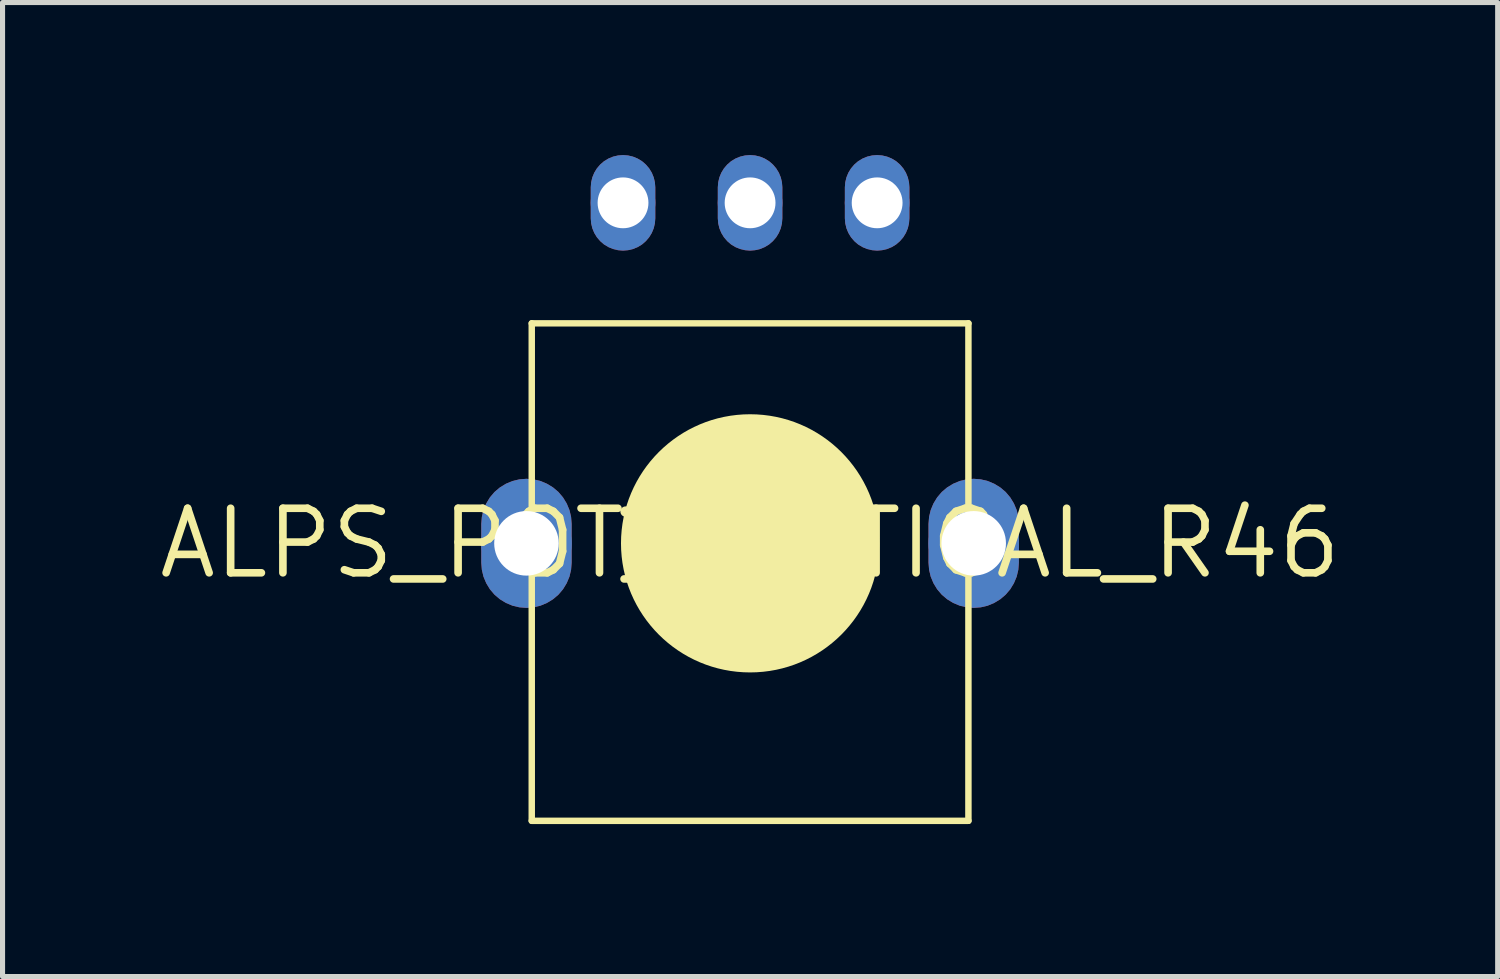
<source format=kicad_pcb>
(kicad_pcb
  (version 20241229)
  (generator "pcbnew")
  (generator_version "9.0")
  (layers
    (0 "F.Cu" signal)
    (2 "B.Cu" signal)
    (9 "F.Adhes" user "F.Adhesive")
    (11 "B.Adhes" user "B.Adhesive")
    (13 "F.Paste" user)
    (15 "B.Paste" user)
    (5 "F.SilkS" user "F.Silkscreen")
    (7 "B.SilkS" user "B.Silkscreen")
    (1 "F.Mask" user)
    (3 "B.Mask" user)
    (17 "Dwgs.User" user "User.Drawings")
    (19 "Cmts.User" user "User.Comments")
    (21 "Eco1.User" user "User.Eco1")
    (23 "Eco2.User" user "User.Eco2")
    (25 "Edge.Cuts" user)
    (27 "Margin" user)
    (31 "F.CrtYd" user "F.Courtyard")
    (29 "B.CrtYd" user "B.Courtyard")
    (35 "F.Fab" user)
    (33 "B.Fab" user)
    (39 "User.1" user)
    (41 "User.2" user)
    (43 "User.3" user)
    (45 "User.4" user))
  (footprint "ALPS_POT_VERTICAL_R46"
    (layer "F.Cu")
    (at 11.709 7.641)
    (property "Reference" "ALPS_POT_VERTICAL_R46" (at 0 0 0) (layer "F.SilkS") (effects (font (size 1.27 1.27) (thickness 0.15))))
    (fp_poly (pts (xy -4.261 -1.259) (xy -4.126 -1.227) (xy -3.997 -1.173) (xy -3.877 -1.1) (xy -3.771 -1.01) (xy -3.681 -0.904) (xy -3.608 -0.784) (xy -3.554 -0.655) (xy -3.522 -0.52) (xy -3.511 -0.381) (xy -3.511 0.381) (xy -3.522 0.52) (xy -3.554 0.655) (xy -3.608 0.784) (xy -3.681 0.904) (xy -3.771 1.01) (xy -3.877 1.1) (xy -3.997 1.173) (xy -4.126 1.227) (xy -4.261 1.259) (xy -4.4 1.27) (xy -4.539 1.259) (xy -4.674 1.227) (xy -4.803 1.173) (xy -4.923 1.1) (xy -5.029 1.01) (xy -5.119 0.904) (xy -5.192 0.784) (xy -5.246 0.655) (xy -5.278 0.52) (xy -5.289 0.381) (xy -5.289 -0.381) (xy -5.278 -0.52) (xy -5.246 -0.655) (xy -5.192 -0.784) (xy -5.119 -0.904) (xy -5.029 -1.01) (xy -4.923 -1.1) (xy -4.803 -1.173) (xy -4.674 -1.227) (xy -4.539 -1.259) (xy -4.4 -1.27)) (stroke (width 0) (type default)) (fill yes) (layer "F.Cu"))
    (fp_poly (pts (xy -2.401 -7.632) (xy -2.304 -7.609) (xy -2.212 -7.571) (xy -2.126 -7.519) (xy -2.051 -7.454) (xy -1.986 -7.378) (xy -1.934 -7.293) (xy -1.896 -7.201) (xy -1.873 -7.104) (xy -1.865 -7.005) (xy -1.865 -6.395) (xy -1.873 -6.296) (xy -1.896 -6.199) (xy -1.934 -6.107) (xy -1.986 -6.022) (xy -2.051 -5.946) (xy -2.126 -5.881) (xy -2.212 -5.829) (xy -2.304 -5.791) (xy -2.401 -5.768) (xy -2.5 -5.76) (xy -2.599 -5.768) (xy -2.696 -5.791) (xy -2.788 -5.829) (xy -2.874 -5.881) (xy -2.949 -5.946) (xy -3.014 -6.022) (xy -3.066 -6.107) (xy -3.104 -6.199) (xy -3.127 -6.296) (xy -3.135 -6.395) (xy -3.135 -7.005) (xy -3.127 -7.104) (xy -3.104 -7.201) (xy -3.066 -7.293) (xy -3.014 -7.378) (xy -2.949 -7.454) (xy -2.874 -7.519) (xy -2.788 -7.571) (xy -2.696 -7.609) (xy -2.599 -7.632) (xy -2.5 -7.64)) (stroke (width 0) (type default)) (fill yes) (layer "F.Cu"))
    (fp_poly (pts (xy 0.099 -7.632) (xy 0.196 -7.609) (xy 0.288 -7.571) (xy 0.374 -7.519) (xy 0.449 -7.454) (xy 0.514 -7.378) (xy 0.566 -7.293) (xy 0.604 -7.201) (xy 0.627 -7.104) (xy 0.635 -7.005) (xy 0.635 -6.395) (xy 0.627 -6.296) (xy 0.604 -6.199) (xy 0.566 -6.107) (xy 0.514 -6.022) (xy 0.449 -5.946) (xy 0.374 -5.881) (xy 0.288 -5.829) (xy 0.196 -5.791) (xy 0.099 -5.768) (xy 0 -5.76) (xy -0.099 -5.768) (xy -0.196 -5.791) (xy -0.288 -5.829) (xy -0.374 -5.881) (xy -0.449 -5.946) (xy -0.514 -6.022) (xy -0.566 -6.107) (xy -0.604 -6.199) (xy -0.627 -6.296) (xy -0.635 -6.395) (xy -0.635 -7.005) (xy -0.627 -7.104) (xy -0.604 -7.201) (xy -0.566 -7.293) (xy -0.514 -7.378) (xy -0.449 -7.454) (xy -0.374 -7.519) (xy -0.288 -7.571) (xy -0.196 -7.609) (xy -0.099 -7.632) (xy 0 -7.64)) (stroke (width 0) (type default)) (fill yes) (layer "F.Cu"))
    (fp_poly (pts (xy 2.599 -7.632) (xy 2.696 -7.609) (xy 2.788 -7.571) (xy 2.874 -7.519) (xy 2.949 -7.454) (xy 3.014 -7.378) (xy 3.066 -7.293) (xy 3.104 -7.201) (xy 3.127 -7.104) (xy 3.135 -7.005) (xy 3.135 -6.395) (xy 3.127 -6.296) (xy 3.104 -6.199) (xy 3.066 -6.107) (xy 3.014 -6.022) (xy 2.949 -5.946) (xy 2.874 -5.881) (xy 2.788 -5.829) (xy 2.696 -5.791) (xy 2.599 -5.768) (xy 2.5 -5.76) (xy 2.401 -5.768) (xy 2.304 -5.791) (xy 2.212 -5.829) (xy 2.126 -5.881) (xy 2.051 -5.946) (xy 1.986 -6.022) (xy 1.934 -6.107) (xy 1.896 -6.199) (xy 1.873 -6.296) (xy 1.865 -6.395) (xy 1.865 -7.005) (xy 1.873 -7.104) (xy 1.896 -7.201) (xy 1.934 -7.293) (xy 1.986 -7.378) (xy 2.051 -7.454) (xy 2.126 -7.519) (xy 2.212 -7.571) (xy 2.304 -7.609) (xy 2.401 -7.632) (xy 2.5 -7.64)) (stroke (width 0) (type default)) (fill yes) (layer "F.Cu"))
    (fp_poly (pts (xy 4.539 -1.259) (xy 4.674 -1.227) (xy 4.803 -1.173) (xy 4.923 -1.1) (xy 5.029 -1.01) (xy 5.119 -0.904) (xy 5.192 -0.784) (xy 5.246 -0.655) (xy 5.278 -0.52) (xy 5.289 -0.381) (xy 5.289 0.381) (xy 5.278 0.52) (xy 5.246 0.655) (xy 5.192 0.784) (xy 5.119 0.904) (xy 5.029 1.01) (xy 4.923 1.1) (xy 4.803 1.173) (xy 4.674 1.227) (xy 4.539 1.259) (xy 4.4 1.27) (xy 4.261 1.259) (xy 4.126 1.227) (xy 3.997 1.173) (xy 3.877 1.1) (xy 3.771 1.01) (xy 3.681 0.904) (xy 3.608 0.784) (xy 3.554 0.655) (xy 3.522 0.52) (xy 3.511 0.381) (xy 3.511 -0.381) (xy 3.522 -0.52) (xy 3.554 -0.655) (xy 3.608 -0.784) (xy 3.681 -0.904) (xy 3.771 -1.01) (xy 3.877 -1.1) (xy 3.997 -1.173) (xy 4.126 -1.227) (xy 4.261 -1.259) (xy 4.4 -1.27)) (stroke (width 0) (type default)) (fill yes) (layer "F.Cu"))
    (fp_poly (pts (xy -4.261 -1.26) (xy -4.125 -1.227) (xy -3.996 -1.174) (xy -3.876 -1.101) (xy -3.77 -1.011) (xy -3.68 -0.905) (xy -3.607 -0.785) (xy -3.554 -0.656) (xy -3.521 -0.52) (xy -3.51 -0.381) (xy -3.51 0.381) (xy -3.521 0.52) (xy -3.554 0.656) (xy -3.607 0.785) (xy -3.68 0.905) (xy -3.77 1.011) (xy -3.876 1.101) (xy -3.996 1.174) (xy -4.125 1.227) (xy -4.261 1.26) (xy -4.4 1.271) (xy -4.539 1.26) (xy -4.675 1.227) (xy -4.804 1.174) (xy -4.924 1.101) (xy -5.03 1.011) (xy -5.12 0.905) (xy -5.193 0.785) (xy -5.246 0.656) (xy -5.279 0.52) (xy -5.29 0.381) (xy -5.29 -0.381) (xy -5.279 -0.52) (xy -5.246 -0.656) (xy -5.193 -0.785) (xy -5.12 -0.905) (xy -5.03 -1.011) (xy -4.924 -1.101) (xy -4.804 -1.174) (xy -4.675 -1.227) (xy -4.539 -1.26) (xy -4.4 -1.271)) (stroke (width 0) (type default)) (fill yes) (layer "F.Mask"))
    (fp_poly (pts (xy -2.401 -7.633) (xy -2.304 -7.61) (xy -2.212 -7.572) (xy -2.126 -7.52) (xy -2.05 -7.455) (xy -1.985 -7.379) (xy -1.933 -7.293) (xy -1.895 -7.201) (xy -1.872 -7.104) (xy -1.864 -7.005) (xy -1.864 -6.395) (xy -1.872 -6.296) (xy -1.895 -6.199) (xy -1.933 -6.107) (xy -1.985 -6.021) (xy -2.05 -5.945) (xy -2.126 -5.88) (xy -2.212 -5.828) (xy -2.304 -5.79) (xy -2.401 -5.767) (xy -2.5 -5.759) (xy -2.599 -5.767) (xy -2.696 -5.79) (xy -2.788 -5.828) (xy -2.874 -5.88) (xy -2.95 -5.945) (xy -3.015 -6.021) (xy -3.067 -6.107) (xy -3.105 -6.199) (xy -3.128 -6.296) (xy -3.136 -6.395) (xy -3.136 -7.005) (xy -3.128 -7.104) (xy -3.105 -7.201) (xy -3.067 -7.293) (xy -3.015 -7.379) (xy -2.95 -7.455) (xy -2.874 -7.52) (xy -2.788 -7.572) (xy -2.696 -7.61) (xy -2.599 -7.633) (xy -2.5 -7.641)) (stroke (width 0) (type default)) (fill yes) (layer "F.Mask"))
    (fp_poly (pts (xy 0.099 -7.633) (xy 0.196 -7.61) (xy 0.288 -7.572) (xy 0.374 -7.52) (xy 0.45 -7.455) (xy 0.515 -7.379) (xy 0.567 -7.293) (xy 0.605 -7.201) (xy 0.628 -7.104) (xy 0.636 -7.005) (xy 0.636 -6.395) (xy 0.628 -6.296) (xy 0.605 -6.199) (xy 0.567 -6.107) (xy 0.515 -6.021) (xy 0.45 -5.945) (xy 0.374 -5.88) (xy 0.288 -5.828) (xy 0.196 -5.79) (xy 0.099 -5.767) (xy 0 -5.759) (xy -0.099 -5.767) (xy -0.196 -5.79) (xy -0.288 -5.828) (xy -0.374 -5.88) (xy -0.45 -5.945) (xy -0.515 -6.021) (xy -0.567 -6.107) (xy -0.605 -6.199) (xy -0.628 -6.296) (xy -0.636 -6.395) (xy -0.636 -7.005) (xy -0.628 -7.104) (xy -0.605 -7.201) (xy -0.567 -7.293) (xy -0.515 -7.379) (xy -0.45 -7.455) (xy -0.374 -7.52) (xy -0.288 -7.572) (xy -0.196 -7.61) (xy -0.099 -7.633) (xy 0 -7.641)) (stroke (width 0) (type default)) (fill yes) (layer "F.Mask"))
    (fp_poly (pts (xy 2.599 -7.633) (xy 2.696 -7.61) (xy 2.788 -7.572) (xy 2.874 -7.52) (xy 2.95 -7.455) (xy 3.015 -7.379) (xy 3.067 -7.293) (xy 3.105 -7.201) (xy 3.128 -7.104) (xy 3.136 -7.005) (xy 3.136 -6.395) (xy 3.128 -6.296) (xy 3.105 -6.199) (xy 3.067 -6.107) (xy 3.015 -6.021) (xy 2.95 -5.945) (xy 2.874 -5.88) (xy 2.788 -5.828) (xy 2.696 -5.79) (xy 2.599 -5.767) (xy 2.5 -5.759) (xy 2.401 -5.767) (xy 2.304 -5.79) (xy 2.212 -5.828) (xy 2.126 -5.88) (xy 2.05 -5.945) (xy 1.985 -6.021) (xy 1.933 -6.107) (xy 1.895 -6.199) (xy 1.872 -6.296) (xy 1.864 -6.395) (xy 1.864 -7.005) (xy 1.872 -7.104) (xy 1.895 -7.201) (xy 1.933 -7.293) (xy 1.985 -7.379) (xy 2.05 -7.455) (xy 2.126 -7.52) (xy 2.212 -7.572) (xy 2.304 -7.61) (xy 2.401 -7.633) (xy 2.5 -7.641)) (stroke (width 0) (type default)) (fill yes) (layer "F.Mask"))
    (fp_poly (pts (xy 4.539 -1.26) (xy 4.675 -1.227) (xy 4.804 -1.174) (xy 4.924 -1.101) (xy 5.03 -1.011) (xy 5.12 -0.905) (xy 5.193 -0.785) (xy 5.246 -0.656) (xy 5.279 -0.52) (xy 5.29 -0.381) (xy 5.29 0.381) (xy 5.279 0.52) (xy 5.246 0.656) (xy 5.193 0.785) (xy 5.12 0.905) (xy 5.03 1.011) (xy 4.924 1.101) (xy 4.804 1.174) (xy 4.675 1.227) (xy 4.539 1.26) (xy 4.4 1.271) (xy 4.261 1.26) (xy 4.125 1.227) (xy 3.996 1.174) (xy 3.876 1.101) (xy 3.77 1.011) (xy 3.68 0.905) (xy 3.607 0.785) (xy 3.554 0.656) (xy 3.521 0.52) (xy 3.51 0.381) (xy 3.51 -0.381) (xy 3.521 -0.52) (xy 3.554 -0.656) (xy 3.607 -0.785) (xy 3.68 -0.905) (xy 3.77 -1.011) (xy 3.876 -1.101) (xy 3.996 -1.174) (xy 4.125 -1.227) (xy 4.261 -1.26) (xy 4.4 -1.271)) (stroke (width 0) (type default)) (fill yes) (layer "F.Mask"))
    (fp_poly (pts (xy -4.261 -1.259) (xy -4.126 -1.227) (xy -3.997 -1.173) (xy -3.877 -1.1) (xy -3.771 -1.01) (xy -3.681 -0.904) (xy -3.608 -0.784) (xy -3.554 -0.655) (xy -3.522 -0.52) (xy -3.511 -0.381) (xy -3.511 0.381) (xy -3.522 0.52) (xy -3.554 0.655) (xy -3.608 0.784) (xy -3.681 0.904) (xy -3.771 1.01) (xy -3.877 1.1) (xy -3.997 1.173) (xy -4.126 1.227) (xy -4.261 1.259) (xy -4.4 1.27) (xy -4.539 1.259) (xy -4.674 1.227) (xy -4.803 1.173) (xy -4.923 1.1) (xy -5.029 1.01) (xy -5.119 0.904) (xy -5.192 0.784) (xy -5.246 0.655) (xy -5.278 0.52) (xy -5.289 0.381) (xy -5.289 -0.381) (xy -5.278 -0.52) (xy -5.246 -0.655) (xy -5.192 -0.784) (xy -5.119 -0.904) (xy -5.029 -1.01) (xy -4.923 -1.1) (xy -4.803 -1.173) (xy -4.674 -1.227) (xy -4.539 -1.259) (xy -4.4 -1.27)) (stroke (width 0) (type default)) (fill yes) (layer "B.Cu"))
    (fp_poly (pts (xy -2.401 -7.632) (xy -2.304 -7.609) (xy -2.212 -7.571) (xy -2.126 -7.519) (xy -2.051 -7.454) (xy -1.986 -7.378) (xy -1.934 -7.293) (xy -1.896 -7.201) (xy -1.873 -7.104) (xy -1.865 -7.005) (xy -1.865 -6.395) (xy -1.873 -6.296) (xy -1.896 -6.199) (xy -1.934 -6.107) (xy -1.986 -6.022) (xy -2.051 -5.946) (xy -2.126 -5.881) (xy -2.212 -5.829) (xy -2.304 -5.791) (xy -2.401 -5.768) (xy -2.5 -5.76) (xy -2.599 -5.768) (xy -2.696 -5.791) (xy -2.788 -5.829) (xy -2.874 -5.881) (xy -2.949 -5.946) (xy -3.014 -6.022) (xy -3.066 -6.107) (xy -3.104 -6.199) (xy -3.127 -6.296) (xy -3.135 -6.395) (xy -3.135 -7.005) (xy -3.127 -7.104) (xy -3.104 -7.201) (xy -3.066 -7.293) (xy -3.014 -7.378) (xy -2.949 -7.454) (xy -2.874 -7.519) (xy -2.788 -7.571) (xy -2.696 -7.609) (xy -2.599 -7.632) (xy -2.5 -7.64)) (stroke (width 0) (type default)) (fill yes) (layer "B.Cu"))
    (fp_poly (pts (xy 0.099 -7.632) (xy 0.196 -7.609) (xy 0.288 -7.571) (xy 0.374 -7.519) (xy 0.449 -7.454) (xy 0.514 -7.378) (xy 0.566 -7.293) (xy 0.604 -7.201) (xy 0.627 -7.104) (xy 0.635 -7.005) (xy 0.635 -6.395) (xy 0.627 -6.296) (xy 0.604 -6.199) (xy 0.566 -6.107) (xy 0.514 -6.022) (xy 0.449 -5.946) (xy 0.374 -5.881) (xy 0.288 -5.829) (xy 0.196 -5.791) (xy 0.099 -5.768) (xy 0 -5.76) (xy -0.099 -5.768) (xy -0.196 -5.791) (xy -0.288 -5.829) (xy -0.374 -5.881) (xy -0.449 -5.946) (xy -0.514 -6.022) (xy -0.566 -6.107) (xy -0.604 -6.199) (xy -0.627 -6.296) (xy -0.635 -6.395) (xy -0.635 -7.005) (xy -0.627 -7.104) (xy -0.604 -7.201) (xy -0.566 -7.293) (xy -0.514 -7.378) (xy -0.449 -7.454) (xy -0.374 -7.519) (xy -0.288 -7.571) (xy -0.196 -7.609) (xy -0.099 -7.632) (xy 0 -7.64)) (stroke (width 0) (type default)) (fill yes) (layer "B.Cu"))
    (fp_poly (pts (xy 2.599 -7.632) (xy 2.696 -7.609) (xy 2.788 -7.571) (xy 2.874 -7.519) (xy 2.949 -7.454) (xy 3.014 -7.378) (xy 3.066 -7.293) (xy 3.104 -7.201) (xy 3.127 -7.104) (xy 3.135 -7.005) (xy 3.135 -6.395) (xy 3.127 -6.296) (xy 3.104 -6.199) (xy 3.066 -6.107) (xy 3.014 -6.022) (xy 2.949 -5.946) (xy 2.874 -5.881) (xy 2.788 -5.829) (xy 2.696 -5.791) (xy 2.599 -5.768) (xy 2.5 -5.76) (xy 2.401 -5.768) (xy 2.304 -5.791) (xy 2.212 -5.829) (xy 2.126 -5.881) (xy 2.051 -5.946) (xy 1.986 -6.022) (xy 1.934 -6.107) (xy 1.896 -6.199) (xy 1.873 -6.296) (xy 1.865 -6.395) (xy 1.865 -7.005) (xy 1.873 -7.104) (xy 1.896 -7.201) (xy 1.934 -7.293) (xy 1.986 -7.378) (xy 2.051 -7.454) (xy 2.126 -7.519) (xy 2.212 -7.571) (xy 2.304 -7.609) (xy 2.401 -7.632) (xy 2.5 -7.64)) (stroke (width 0) (type default)) (fill yes) (layer "B.Cu"))
    (fp_poly (pts (xy 4.539 -1.259) (xy 4.674 -1.227) (xy 4.803 -1.173) (xy 4.923 -1.1) (xy 5.029 -1.01) (xy 5.119 -0.904) (xy 5.192 -0.784) (xy 5.246 -0.655) (xy 5.278 -0.52) (xy 5.289 -0.381) (xy 5.289 0.381) (xy 5.278 0.52) (xy 5.246 0.655) (xy 5.192 0.784) (xy 5.119 0.904) (xy 5.029 1.01) (xy 4.923 1.1) (xy 4.803 1.173) (xy 4.674 1.227) (xy 4.539 1.259) (xy 4.4 1.27) (xy 4.261 1.259) (xy 4.126 1.227) (xy 3.997 1.173) (xy 3.877 1.1) (xy 3.771 1.01) (xy 3.681 0.904) (xy 3.608 0.784) (xy 3.554 0.655) (xy 3.522 0.52) (xy 3.511 0.381) (xy 3.511 -0.381) (xy 3.522 -0.52) (xy 3.554 -0.655) (xy 3.608 -0.784) (xy 3.681 -0.904) (xy 3.771 -1.01) (xy 3.877 -1.1) (xy 3.997 -1.173) (xy 4.126 -1.227) (xy 4.261 -1.259) (xy 4.4 -1.27)) (stroke (width 0) (type default)) (fill yes) (layer "B.Cu"))
    (fp_poly (pts (xy -4.261 -1.26) (xy -4.125 -1.227) (xy -3.996 -1.174) (xy -3.876 -1.101) (xy -3.77 -1.011) (xy -3.68 -0.905) (xy -3.607 -0.785) (xy -3.554 -0.656) (xy -3.521 -0.52) (xy -3.51 -0.381) (xy -3.51 0.381) (xy -3.521 0.52) (xy -3.554 0.656) (xy -3.607 0.785) (xy -3.68 0.905) (xy -3.77 1.011) (xy -3.876 1.101) (xy -3.996 1.174) (xy -4.125 1.227) (xy -4.261 1.26) (xy -4.4 1.271) (xy -4.539 1.26) (xy -4.675 1.227) (xy -4.804 1.174) (xy -4.924 1.101) (xy -5.03 1.011) (xy -5.12 0.905) (xy -5.193 0.785) (xy -5.246 0.656) (xy -5.279 0.52) (xy -5.29 0.381) (xy -5.29 -0.381) (xy -5.279 -0.52) (xy -5.246 -0.656) (xy -5.193 -0.785) (xy -5.12 -0.905) (xy -5.03 -1.011) (xy -4.924 -1.101) (xy -4.804 -1.174) (xy -4.675 -1.227) (xy -4.539 -1.26) (xy -4.4 -1.271)) (stroke (width 0) (type default)) (fill yes) (layer "B.Mask"))
    (fp_poly (pts (xy -2.401 -7.633) (xy -2.304 -7.61) (xy -2.212 -7.572) (xy -2.126 -7.52) (xy -2.05 -7.455) (xy -1.985 -7.379) (xy -1.933 -7.293) (xy -1.895 -7.201) (xy -1.872 -7.104) (xy -1.864 -7.005) (xy -1.864 -6.395) (xy -1.872 -6.296) (xy -1.895 -6.199) (xy -1.933 -6.107) (xy -1.985 -6.021) (xy -2.05 -5.945) (xy -2.126 -5.88) (xy -2.212 -5.828) (xy -2.304 -5.79) (xy -2.401 -5.767) (xy -2.5 -5.759) (xy -2.599 -5.767) (xy -2.696 -5.79) (xy -2.788 -5.828) (xy -2.874 -5.88) (xy -2.95 -5.945) (xy -3.015 -6.021) (xy -3.067 -6.107) (xy -3.105 -6.199) (xy -3.128 -6.296) (xy -3.136 -6.395) (xy -3.136 -7.005) (xy -3.128 -7.104) (xy -3.105 -7.201) (xy -3.067 -7.293) (xy -3.015 -7.379) (xy -2.95 -7.455) (xy -2.874 -7.52) (xy -2.788 -7.572) (xy -2.696 -7.61) (xy -2.599 -7.633) (xy -2.5 -7.641)) (stroke (width 0) (type default)) (fill yes) (layer "B.Mask"))
    (fp_poly (pts (xy 0.099 -7.633) (xy 0.196 -7.61) (xy 0.288 -7.572) (xy 0.374 -7.52) (xy 0.45 -7.455) (xy 0.515 -7.379) (xy 0.567 -7.293) (xy 0.605 -7.201) (xy 0.628 -7.104) (xy 0.636 -7.005) (xy 0.636 -6.395) (xy 0.628 -6.296) (xy 0.605 -6.199) (xy 0.567 -6.107) (xy 0.515 -6.021) (xy 0.45 -5.945) (xy 0.374 -5.88) (xy 0.288 -5.828) (xy 0.196 -5.79) (xy 0.099 -5.767) (xy 0 -5.759) (xy -0.099 -5.767) (xy -0.196 -5.79) (xy -0.288 -5.828) (xy -0.374 -5.88) (xy -0.45 -5.945) (xy -0.515 -6.021) (xy -0.567 -6.107) (xy -0.605 -6.199) (xy -0.628 -6.296) (xy -0.636 -6.395) (xy -0.636 -7.005) (xy -0.628 -7.104) (xy -0.605 -7.201) (xy -0.567 -7.293) (xy -0.515 -7.379) (xy -0.45 -7.455) (xy -0.374 -7.52) (xy -0.288 -7.572) (xy -0.196 -7.61) (xy -0.099 -7.633) (xy 0 -7.641)) (stroke (width 0) (type default)) (fill yes) (layer "B.Mask"))
    (fp_poly (pts (xy 2.599 -7.633) (xy 2.696 -7.61) (xy 2.788 -7.572) (xy 2.874 -7.52) (xy 2.95 -7.455) (xy 3.015 -7.379) (xy 3.067 -7.293) (xy 3.105 -7.201) (xy 3.128 -7.104) (xy 3.136 -7.005) (xy 3.136 -6.395) (xy 3.128 -6.296) (xy 3.105 -6.199) (xy 3.067 -6.107) (xy 3.015 -6.021) (xy 2.95 -5.945) (xy 2.874 -5.88) (xy 2.788 -5.828) (xy 2.696 -5.79) (xy 2.599 -5.767) (xy 2.5 -5.759) (xy 2.401 -5.767) (xy 2.304 -5.79) (xy 2.212 -5.828) (xy 2.126 -5.88) (xy 2.05 -5.945) (xy 1.985 -6.021) (xy 1.933 -6.107) (xy 1.895 -6.199) (xy 1.872 -6.296) (xy 1.864 -6.395) (xy 1.864 -7.005) (xy 1.872 -7.104) (xy 1.895 -7.201) (xy 1.933 -7.293) (xy 1.985 -7.379) (xy 2.05 -7.455) (xy 2.126 -7.52) (xy 2.212 -7.572) (xy 2.304 -7.61) (xy 2.401 -7.633) (xy 2.5 -7.641)) (stroke (width 0) (type default)) (fill yes) (layer "B.Mask"))
    (fp_poly (pts (xy 4.539 -1.26) (xy 4.675 -1.227) (xy 4.804 -1.174) (xy 4.924 -1.101) (xy 5.03 -1.011) (xy 5.12 -0.905) (xy 5.193 -0.785) (xy 5.246 -0.656) (xy 5.279 -0.52) (xy 5.29 -0.381) (xy 5.29 0.381) (xy 5.279 0.52) (xy 5.246 0.656) (xy 5.193 0.785) (xy 5.12 0.905) (xy 5.03 1.011) (xy 4.924 1.101) (xy 4.804 1.174) (xy 4.675 1.227) (xy 4.539 1.26) (xy 4.4 1.271) (xy 4.261 1.26) (xy 4.125 1.227) (xy 3.996 1.174) (xy 3.876 1.101) (xy 3.77 1.011) (xy 3.68 0.905) (xy 3.607 0.785) (xy 3.554 0.656) (xy 3.521 0.52) (xy 3.51 0.381) (xy 3.51 -0.381) (xy 3.521 -0.52) (xy 3.554 -0.656) (xy 3.607 -0.785) (xy 3.68 -0.905) (xy 3.77 -1.011) (xy 3.876 -1.101) (xy 3.996 -1.174) (xy 4.125 -1.227) (xy 4.261 -1.26) (xy 4.4 -1.271)) (stroke (width 0) (type default)) (fill yes) (layer "B.Mask"))
    (fp_line (start -4.296 -4.329) (end 4.296 -4.329) (stroke (width 0.127) (type solid)) (layer "F.SilkS"))
    (fp_line (start -4.296 5.46) (end -4.296 -4.329) (stroke (width 0.127) (type solid)) (layer "F.SilkS"))
    (fp_line (start -2.45 -0.625) (end 2.424 -0.625) (stroke (width 0.203) (type solid)) (layer "F.SilkS"))
    (fp_line (start -1.099 -0.625) (end 1.099 -0.625) (stroke (width 0.203) (type solid)) (layer "F.SilkS"))
    (fp_line (start 4.296 -4.329) (end 4.296 5.46) (stroke (width 0.127) (type solid)) (layer "F.SilkS"))
    (fp_line (start 4.296 5.46) (end -4.296 5.46) (stroke (width 0.127) (type solid)) (layer "F.SilkS"))
    (fp_arc (start 1.098999 -0.625001) (mid 0.000001 1.26521) (end -1.099 -0.625) (stroke (width 0.203) (type solid)) (layer "F.SilkS"))
    (fp_circle (center 0 0) (end 1.27 0) (stroke (width 2.54) (type solid)) (fill yes) (layer "F.SilkS"))
    (pad "P$1" thru_hole circle (at -2.5 -6.7) (size 1.27 1.27) (drill 1) (layers "*.Cu"))
    (pad "P$2" thru_hole circle (at 0 -6.7) (size 1.27 1.27) (drill 1) (layers "*.Cu"))
    (pad "P$3" thru_hole circle (at 2.5 -6.7) (size 1.27 1.27) (drill 1) (layers "*.Cu"))
    (pad "P$4" thru_hole circle (at -4.4 0) (size 1.778 1.778) (drill 1.27) (layers "*.Cu"))
    (pad "P$5" thru_hole circle (at 4.4 0) (size 1.778 1.778) (drill 1.27) (layers "*.Cu")))
  (gr_rect
    (start -3 -3)
    (end 26.419 16.165)
    (stroke (width 0.1) (type default))
    (fill no)
    (layer "Edge.Cuts")))
</source>
